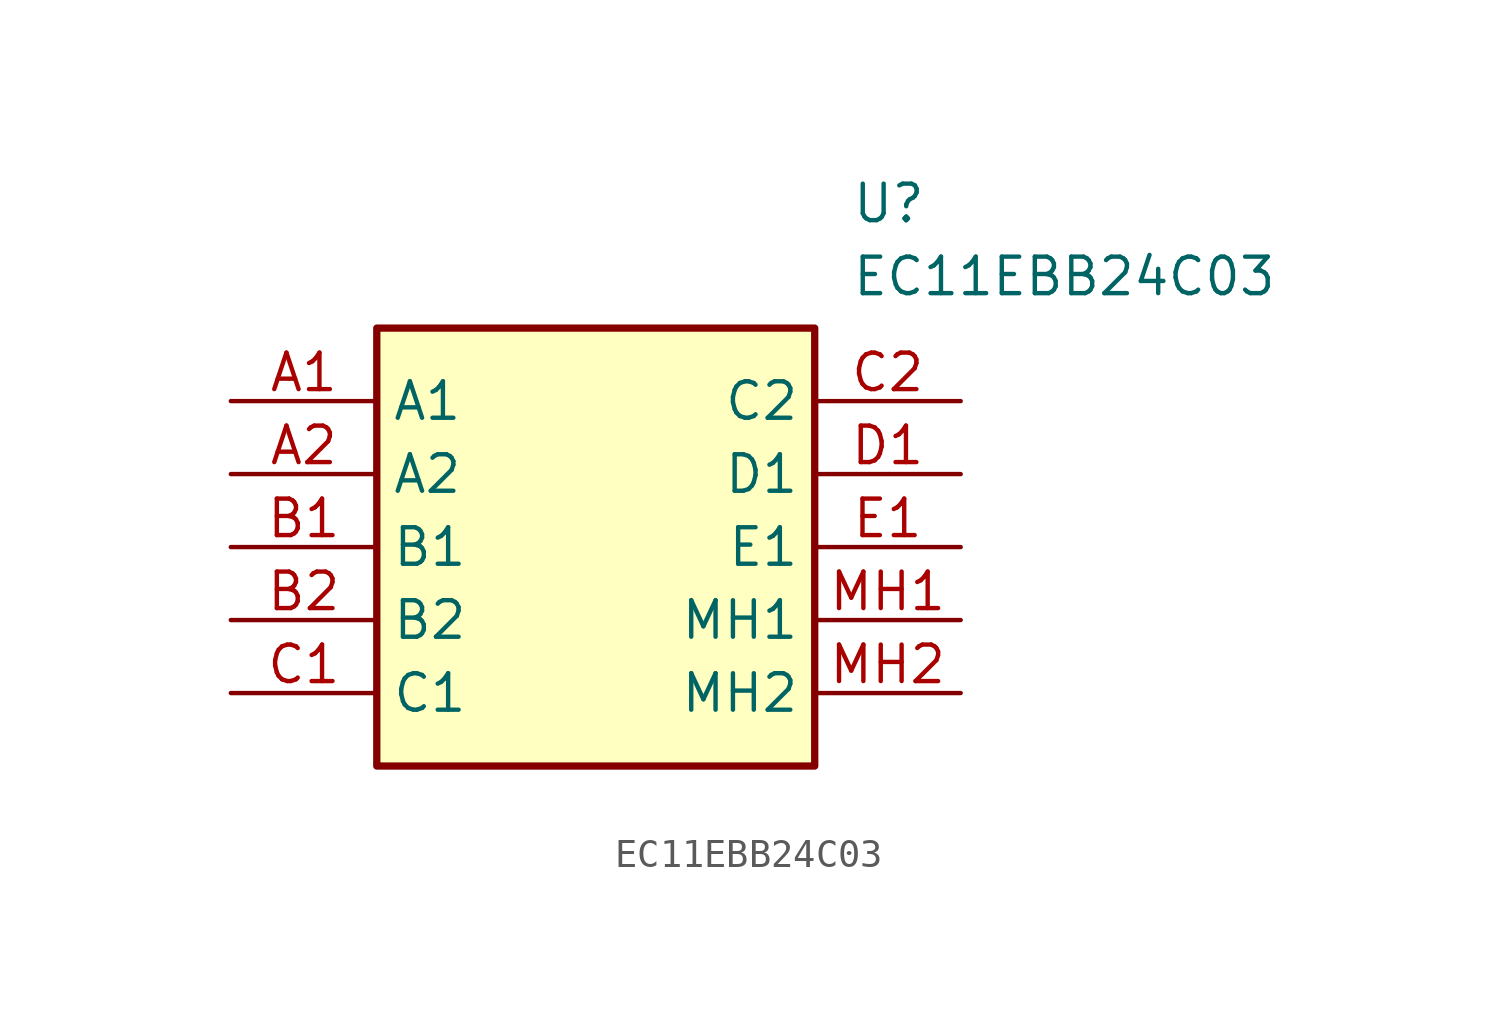
<source format=kicad_sym>
(kicad_symbol_lib
  (version 20211014)
  (generator SamacSys_ECAD_Model)
  (symbol "EC11EBB24C03"
    (property "Reference" "U"
      (at 21.59 7.62 0)
      (effects (font (size 1.27 1.27)) (justify left top)))
    (property "Value" "EC11EBB24C03"
      (at 21.59 5.08 0)
      (effects (font (size 1.27 1.27)) (justify left top)))
    (rectangle
      (start 5.08 2.54)
      (end 20.32 -12.7)
      (stroke (width 0.254) (type default))
      (fill (type background)))
    (pin passive line
      (at 0 0 0)
      (length 5.08)
      (name "A1" (effects (font (size 1.27 1.27))))
      (number "A1" (effects (font (size 1.27 1.27)))))
    (pin passive line
      (at 0 -2.54 0)
      (length 5.08)
      (name "A2" (effects (font (size 1.27 1.27))))
      (number "A2" (effects (font (size 1.27 1.27)))))
    (pin passive line
      (at 0 -5.08 0)
      (length 5.08)
      (name "B1" (effects (font (size 1.27 1.27))))
      (number "B1" (effects (font (size 1.27 1.27)))))
    (pin passive line
      (at 0 -7.62 0)
      (length 5.08)
      (name "B2" (effects (font (size 1.27 1.27))))
      (number "B2" (effects (font (size 1.27 1.27)))))
    (pin passive line
      (at 0 -10.16 0)
      (length 5.08)
      (name "C1" (effects (font (size 1.27 1.27))))
      (number "C1" (effects (font (size 1.27 1.27)))))
    (pin passive line
      (at 25.4 0 180)
      (length 5.08)
      (name "C2" (effects (font (size 1.27 1.27))))
      (number "C2" (effects (font (size 1.27 1.27)))))
    (pin passive line
      (at 25.4 -2.54 180)
      (length 5.08)
      (name "D1" (effects (font (size 1.27 1.27))))
      (number "D1" (effects (font (size 1.27 1.27)))))
    (pin passive line
      (at 25.4 -5.08 180)
      (length 5.08)
      (name "E1" (effects (font (size 1.27 1.27))))
      (number "E1" (effects (font (size 1.27 1.27)))))
    (pin passive line
      (at 25.4 -7.62 180)
      (length 5.08)
      (name "MH1" (effects (font (size 1.27 1.27))))
      (number "MH1" (effects (font (size 1.27 1.27)))))
    (pin passive line
      (at 25.4 -10.16 180)
      (length 5.08)
      (name "MH2" (effects (font (size 1.27 1.27))))
      (number "MH2" (effects (font (size 1.27 1.27)))))))
</source>
